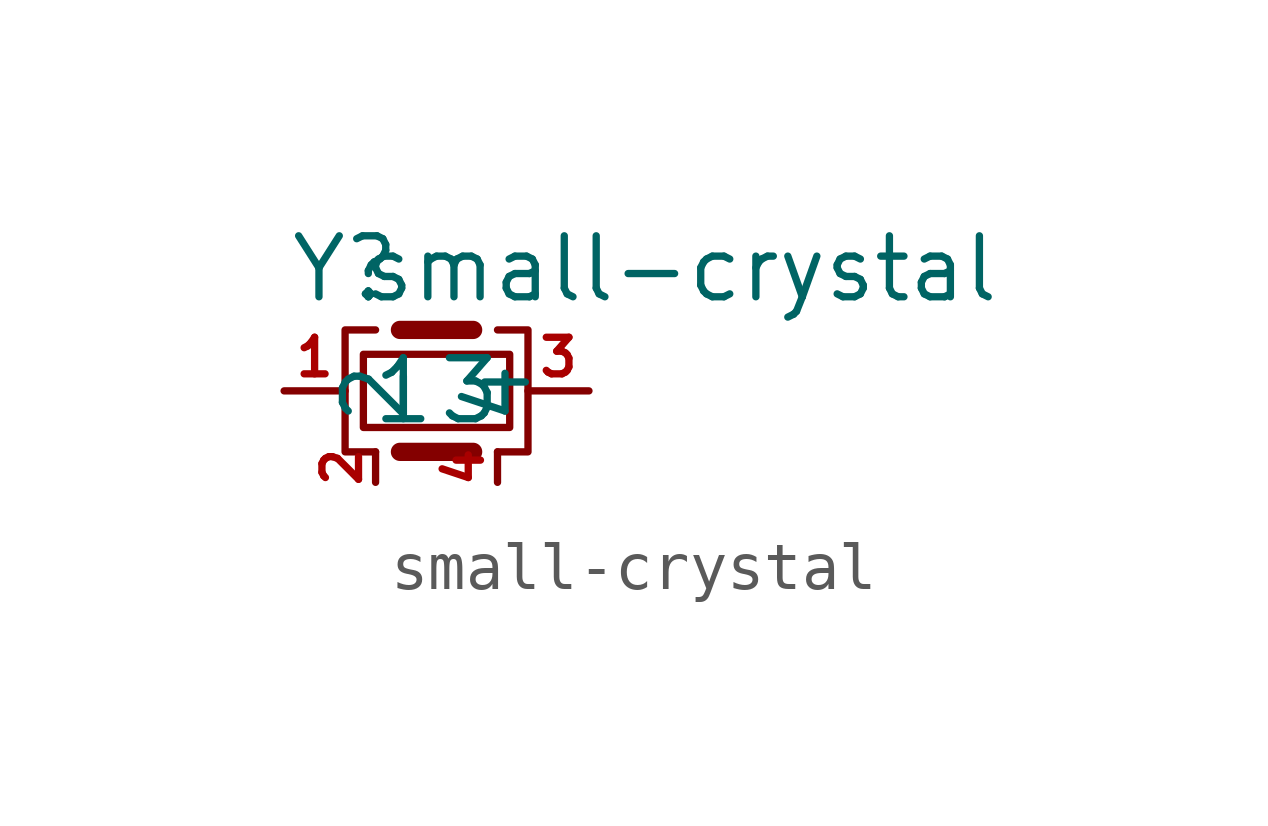
<source format=kicad_sym>
(kicad_symbol_lib
  (version 20211014)
  (generator kicad_symbol_editor)
  (symbol "small-crystal"
    (property "Reference" "Y"
      (at -1.905 2.54 0)
      (effects (font (size 1.27 1.27))))
    (property "Value" "small-crystal"
      (at 5.08 2.54 0)
      (effects (font (size 1.27 1.27))))
    (symbol "small-crystal_0_1"
      (polyline (pts (xy 0.762 -1.27) (xy -0.762 -1.27)) (stroke (width 0.381) (type default) (color 0 0 0 0)) (fill (type none)))
      (polyline (pts (xy 0.762 1.27) (xy -0.762 1.27)) (stroke (width 0.381) (type default) (color 0 0 0 0)) (fill (type none)))
      (polyline (pts (xy -1.27 -1.27) (xy -1.905 -1.27) (xy -1.905 1.27) (xy -1.27 1.27)) (stroke (width 0) (type default) (color 0 0 0 0)) (fill (type none)))
      (polyline (pts (xy 1.27 -1.27) (xy 1.905 -1.27) (xy 1.905 1.27) (xy 1.27 1.27)) (stroke (width 0) (type default) (color 0 0 0 0)) (fill (type none)))
      (rectangle (start 1.524 -0.762) (end -1.524 0.762) (stroke (width 0) (type default) (color 0 0 0 0)) (fill (type none))))
    (symbol "small-crystal_1_1"
      (pin passive line (at -3.175 0 0) (length 1.27) (name "1" (effects (font (size 1.27 1.27)))) (number "1" (effects (font (size 0.762 0.762)))))
      (pin passive line (at -1.27 -1.905 90) (length 0.635) (name "2" (effects (font (size 1.27 1.27)))) (number "2" (effects (font (size 0.762 0.762)))))
      (pin passive line (at 3.175 0 180) (length 1.27) (name "3" (effects (font (size 1.27 1.27)))) (number "3" (effects (font (size 0.762 0.762)))))
      (pin passive line (at 1.27 -1.905 90) (length 0.635) (name "4" (effects (font (size 1.27 1.27)))) (number "4" (effects (font (size 0.762 0.762))))))))
</source>
